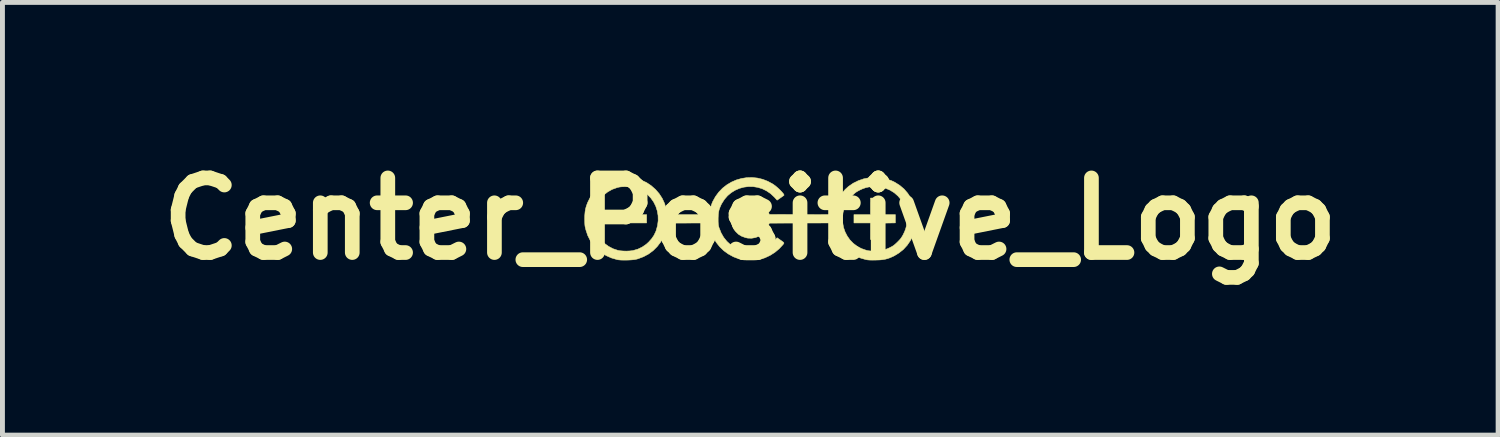
<source format=kicad_pcb>
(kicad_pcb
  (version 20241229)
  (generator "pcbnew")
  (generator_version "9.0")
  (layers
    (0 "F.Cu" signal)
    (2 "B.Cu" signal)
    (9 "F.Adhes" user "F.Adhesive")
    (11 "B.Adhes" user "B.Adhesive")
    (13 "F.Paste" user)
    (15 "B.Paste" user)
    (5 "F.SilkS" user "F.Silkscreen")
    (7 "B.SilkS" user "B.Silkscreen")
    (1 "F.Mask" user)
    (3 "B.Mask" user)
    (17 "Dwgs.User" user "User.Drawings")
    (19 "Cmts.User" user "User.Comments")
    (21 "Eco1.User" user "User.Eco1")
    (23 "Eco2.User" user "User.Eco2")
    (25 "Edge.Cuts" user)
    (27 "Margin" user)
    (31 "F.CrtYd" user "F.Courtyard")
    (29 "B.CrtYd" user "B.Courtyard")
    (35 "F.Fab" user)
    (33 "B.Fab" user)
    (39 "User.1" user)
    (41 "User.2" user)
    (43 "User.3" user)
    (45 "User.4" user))
  (footprint "Center_Positive_Logo"
    (layer "F.Cu")
    (at 12.272 1.418)
    (property "Reference" "Center_Positive_Logo" (at 0 0 0) (layer "F.SilkS") (effects (font (size 1.524 1.524) (thickness 0.3))))
    (attr through_hole)
    (fp_poly (pts (xy -2.117 0.085) (xy -2.963 0.085) (xy -2.963 -0.085) (xy -2.117 -0.085) (xy -2.117 0.085)) (stroke (width 0.01) (type solid)) (fill yes) (layer "F.SilkS"))
    (fp_poly (pts (xy 2.625 -0.085) (xy 2.963 -0.085) (xy 2.963 0.084) (xy 2.796 0.087) (xy 2.629 0.089) (xy 2.627 0.256) (xy 2.624 0.423) (xy 2.455 0.423) (xy 2.455 0.085) (xy 2.117 0.085) (xy 2.117 -0.085) (xy 2.455 -0.085) (xy 2.455 -0.423) (xy 2.625 -0.423) (xy 2.625 -0.085)) (stroke (width 0.01) (type solid)) (fill yes) (layer "F.SilkS"))
    (fp_poly (pts (xy 2.66 -0.839) (xy 2.774 -0.816) (xy 2.884 -0.778) (xy 2.953 -0.745) (xy 3.052 -0.682) (xy 3.14 -0.608) (xy 3.215 -0.521) (xy 3.28 -0.421) (xy 3.311 -0.36) (xy 3.336 -0.304) (xy 3.354 -0.253) (xy 3.367 -0.202) (xy 3.376 -0.147) (xy 3.38 -0.086) (xy 3.382 -0.012) (xy 3.382 0.004) (xy 3.381 0.063) (xy 3.38 0.108) (xy 3.378 0.143) (xy 3.374 0.173) (xy 3.369 0.199) (xy 3.363 0.222) (xy 3.323 0.339) (xy 3.269 0.446) (xy 3.203 0.542) (xy 3.125 0.627) (xy 3.034 0.699) (xy 2.933 0.76) (xy 2.909 0.771) (xy 2.853 0.796) (xy 2.801 0.814) (xy 2.75 0.827) (xy 2.694 0.836) (xy 2.63 0.841) (xy 2.561 0.843) (xy 2.494 0.844) (xy 2.442 0.843) (xy 2.401 0.84) (xy 2.368 0.835) (xy 2.363 0.834) (xy 2.258 0.804) (xy 2.157 0.762) (xy 2.064 0.71) (xy 2.049 0.701) (xy 2.013 0.672) (xy 1.97 0.633) (xy 1.926 0.588) (xy 1.884 0.54) (xy 1.846 0.493) (xy 1.818 0.452) (xy 1.817 0.45) (xy 1.783 0.385) (xy 1.752 0.31) (xy 1.727 0.232) (xy 1.71 0.158) (xy 1.708 0.149) (xy 1.698 0.085) (xy 1.043 0.087) (xy 0.388 0.089) (xy 0.374 0.131) (xy 0.341 0.203) (xy 0.296 0.266) (xy 0.24 0.318) (xy 0.175 0.357) (xy 0.104 0.384) (xy 0.029 0.397) (xy -0.049 0.395) (xy -0.096 0.385) (xy -0.174 0.357) (xy -0.241 0.317) (xy -0.297 0.263) (xy -0.331 0.218) (xy -0.361 0.162) (xy -0.38 0.102) (xy -0.388 0.035) (xy -0.388 -0.021) (xy 1.883 -0.021) (xy 1.887 0.079) (xy 1.904 0.176) (xy 1.936 0.268) (xy 1.98 0.353) (xy 2.035 0.431) (xy 2.103 0.501) (xy 2.18 0.56) (xy 2.267 0.607) (xy 2.363 0.641) (xy 2.409 0.652) (xy 2.453 0.657) (xy 2.508 0.66) (xy 2.568 0.659) (xy 2.627 0.655) (xy 2.68 0.649) (xy 2.706 0.644) (xy 2.744 0.632) (xy 2.79 0.615) (xy 2.835 0.596) (xy 2.853 0.587) (xy 2.892 0.567) (xy 2.923 0.548) (xy 2.952 0.525) (xy 2.984 0.496) (xy 3.01 0.471) (xy 3.047 0.433) (xy 3.074 0.401) (xy 3.095 0.37) (xy 3.116 0.335) (xy 3.127 0.313) (xy 3.153 0.258) (xy 3.171 0.21) (xy 3.184 0.164) (xy 3.192 0.116) (xy 3.195 0.059) (xy 3.196 0) (xy 3.195 -0.068) (xy 3.19 -0.124) (xy 3.182 -0.172) (xy 3.168 -0.218) (xy 3.148 -0.267) (xy 3.132 -0.301) (xy 3.08 -0.389) (xy 3.016 -0.465) (xy 2.941 -0.531) (xy 2.856 -0.584) (xy 2.764 -0.623) (xy 2.666 -0.649) (xy 2.563 -0.659) (xy 2.498 -0.658) (xy 2.424 -0.65) (xy 2.356 -0.635) (xy 2.289 -0.611) (xy 2.235 -0.586) (xy 2.197 -0.566) (xy 2.165 -0.547) (xy 2.136 -0.525) (xy 2.104 -0.496) (xy 2.079 -0.47) (xy 2.028 -0.417) (xy 1.99 -0.367) (xy 1.959 -0.317) (xy 1.934 -0.262) (xy 1.921 -0.227) (xy 1.894 -0.124) (xy 1.883 -0.021) (xy -0.388 -0.021) (xy -0.388 -0.023) (xy -0.386 -0.064) (xy -0.382 -0.095) (xy -0.375 -0.122) (xy -0.363 -0.151) (xy -0.354 -0.17) (xy -0.313 -0.239) (xy -0.26 -0.296) (xy -0.195 -0.341) (xy -0.17 -0.354) (xy -0.138 -0.369) (xy -0.112 -0.378) (xy -0.086 -0.384) (xy -0.053 -0.387) (xy -0.019 -0.388) (xy 0.026 -0.389) (xy 0.06 -0.388) (xy 0.089 -0.383) (xy 0.12 -0.375) (xy 0.129 -0.372) (xy 0.199 -0.341) (xy 0.262 -0.296) (xy 0.315 -0.239) (xy 0.356 -0.174) (xy 0.372 -0.135) (xy 0.388 -0.089) (xy 1.044 -0.087) (xy 1.7 -0.085) (xy 1.706 -0.132) (xy 1.726 -0.231) (xy 1.761 -0.331) (xy 1.809 -0.427) (xy 1.869 -0.518) (xy 1.937 -0.598) (xy 2.004 -0.659) (xy 2.101 -0.726) (xy 2.206 -0.778) (xy 2.316 -0.816) (xy 2.429 -0.838) (xy 2.544 -0.846) (xy 2.66 -0.839)) (stroke (width 0.01) (type solid)) (fill yes) (layer "F.SilkS"))
    (fp_poly (pts (xy 0.146 -0.832) (xy 0.254 -0.806) (xy 0.359 -0.765) (xy 0.461 -0.709) (xy 0.474 -0.7) (xy 0.509 -0.675) (xy 0.545 -0.645) (xy 0.582 -0.612) (xy 0.616 -0.579) (xy 0.646 -0.547) (xy 0.67 -0.519) (xy 0.685 -0.497) (xy 0.69 -0.483) (xy 0.689 -0.482) (xy 0.681 -0.474) (xy 0.662 -0.46) (xy 0.635 -0.441) (xy 0.617 -0.428) (xy 0.548 -0.38) (xy 0.49 -0.444) (xy 0.414 -0.515) (xy 0.331 -0.571) (xy 0.243 -0.614) (xy 0.151 -0.642) (xy 0.057 -0.657) (xy -0.038 -0.658) (xy -0.131 -0.646) (xy -0.222 -0.621) (xy -0.309 -0.583) (xy -0.39 -0.533) (xy -0.464 -0.471) (xy -0.529 -0.396) (xy -0.584 -0.309) (xy -0.597 -0.284) (xy -0.62 -0.231) (xy -0.637 -0.183) (xy -0.647 -0.135) (xy -0.653 -0.08) (xy -0.656 -0.016) (xy -0.656 0.004) (xy -0.656 0.056) (xy -0.654 0.095) (xy -0.651 0.126) (xy -0.646 0.153) (xy -0.638 0.182) (xy -0.636 0.186) (xy -0.596 0.288) (xy -0.544 0.379) (xy -0.479 0.46) (xy -0.405 0.528) (xy -0.32 0.584) (xy -0.228 0.626) (xy -0.128 0.654) (xy -0.034 0.666) (xy 0.069 0.663) (xy 0.17 0.645) (xy 0.266 0.611) (xy 0.357 0.563) (xy 0.44 0.501) (xy 0.494 0.447) (xy 0.548 0.387) (xy 0.606 0.428) (xy 0.643 0.454) (xy 0.668 0.472) (xy 0.682 0.485) (xy 0.687 0.495) (xy 0.684 0.505) (xy 0.675 0.517) (xy 0.667 0.528) (xy 0.59 0.612) (xy 0.501 0.686) (xy 0.403 0.748) (xy 0.298 0.797) (xy 0.22 0.823) (xy 0.191 0.83) (xy 0.165 0.835) (xy 0.136 0.839) (xy 0.103 0.841) (xy 0.06 0.842) (xy 0.005 0.842) (xy -0.004 0.842) (xy -0.06 0.842) (xy -0.103 0.841) (xy -0.136 0.839) (xy -0.163 0.836) (xy -0.187 0.831) (xy -0.213 0.824) (xy -0.231 0.819) (xy -0.344 0.776) (xy -0.448 0.719) (xy -0.542 0.651) (xy -0.625 0.571) (xy -0.696 0.481) (xy -0.754 0.383) (xy -0.799 0.276) (xy -0.828 0.164) (xy -0.831 0.148) (xy -0.842 0.085) (xy -1.27 0.087) (xy -1.697 0.089) (xy -1.704 0.14) (xy -1.709 0.173) (xy -1.719 0.214) (xy -1.73 0.255) (xy -1.732 0.262) (xy -1.775 0.374) (xy -1.832 0.477) (xy -1.902 0.568) (xy -1.983 0.649) (xy -2.076 0.718) (xy -2.18 0.774) (xy -2.294 0.817) (xy -2.316 0.823) (xy -2.356 0.832) (xy -2.408 0.838) (xy -2.469 0.842) (xy -2.533 0.844) (xy -2.596 0.844) (xy -2.654 0.842) (xy -2.702 0.837) (xy -2.721 0.833) (xy -2.837 0.799) (xy -2.945 0.751) (xy -3.045 0.687) (xy -3.131 0.615) (xy -3.208 0.531) (xy -3.27 0.44) (xy -3.32 0.34) (xy -3.357 0.228) (xy -3.358 0.224) (xy -3.367 0.189) (xy -3.374 0.158) (xy -3.378 0.127) (xy -3.38 0.091) (xy -3.381 0.047) (xy -3.382 0.004) (xy -3.381 -0.041) (xy -3.198 -0.041) (xy -3.197 0.066) (xy -3.18 0.168) (xy -3.149 0.264) (xy -3.104 0.353) (xy -3.046 0.433) (xy -2.976 0.504) (xy -2.895 0.563) (xy -2.804 0.611) (xy -2.709 0.643) (xy -2.658 0.653) (xy -2.596 0.658) (xy -2.53 0.66) (xy -2.465 0.657) (xy -2.408 0.651) (xy -2.394 0.648) (xy -2.296 0.62) (xy -2.207 0.577) (xy -2.124 0.52) (xy -2.074 0.474) (xy -2.014 0.407) (xy -1.967 0.338) (xy -1.93 0.261) (xy -1.922 0.239) (xy -1.894 0.138) (xy -1.881 0.037) (xy -1.883 -0.064) (xy -1.9 -0.162) (xy -1.93 -0.256) (xy -1.974 -0.344) (xy -2.031 -0.424) (xy -2.099 -0.495) (xy -2.179 -0.556) (xy -2.227 -0.584) (xy -2.291 -0.614) (xy -2.352 -0.635) (xy -2.415 -0.648) (xy -2.485 -0.655) (xy -2.54 -0.656) (xy -2.593 -0.655) (xy -2.634 -0.653) (xy -2.668 -0.649) (xy -2.7 -0.642) (xy -2.722 -0.636) (xy -2.822 -0.6) (xy -2.912 -0.549) (xy -2.991 -0.487) (xy -3.059 -0.413) (xy -3.115 -0.33) (xy -3.157 -0.237) (xy -3.185 -0.137) (xy -3.198 -0.041) (xy -3.381 -0.041) (xy -3.38 -0.075) (xy -3.374 -0.143) (xy -3.364 -0.204) (xy -3.347 -0.264) (xy -3.323 -0.328) (xy -3.319 -0.337) (xy -3.267 -0.441) (xy -3.202 -0.536) (xy -3.124 -0.62) (xy -3.035 -0.692) (xy -2.935 -0.752) (xy -2.827 -0.799) (xy -2.731 -0.827) (xy -2.672 -0.836) (xy -2.602 -0.842) (xy -2.527 -0.843) (xy -2.452 -0.84) (xy -2.384 -0.833) (xy -2.334 -0.823) (xy -2.221 -0.787) (xy -2.119 -0.74) (xy -2.026 -0.678) (xy -1.94 -0.603) (xy -1.938 -0.602) (xy -1.861 -0.513) (xy -1.798 -0.416) (xy -1.75 -0.312) (xy -1.718 -0.203) (xy -1.714 -0.182) (xy -1.707 -0.147) (xy -1.701 -0.118) (xy -1.698 -0.099) (xy -1.697 -0.095) (xy -1.693 -0.093) (xy -1.681 -0.091) (xy -1.661 -0.089) (xy -1.631 -0.088) (xy -1.59 -0.086) (xy -1.537 -0.086) (xy -1.47 -0.085) (xy -1.39 -0.085) (xy -1.293 -0.085) (xy -1.266 -0.085) (xy -0.838 -0.085) (xy -0.838 -0.105) (xy -0.835 -0.13) (xy -0.827 -0.167) (xy -0.816 -0.211) (xy -0.802 -0.258) (xy -0.787 -0.302) (xy -0.772 -0.341) (xy -0.768 -0.35) (xy -0.711 -0.453) (xy -0.644 -0.544) (xy -0.566 -0.625) (xy -0.479 -0.693) (xy -0.385 -0.749) (xy -0.285 -0.793) (xy -0.18 -0.823) (xy -0.073 -0.84) (xy 0.037 -0.843) (xy 0.146 -0.832)) (stroke (width 0.01) (type solid)) (fill yes) (layer "F.SilkS")))
  (gr_rect
    (start -3 -3)
    (end 27.544 5.836)
    (stroke (width 0.1) (type default))
    (fill no)
    (layer "Edge.Cuts")))
</source>
